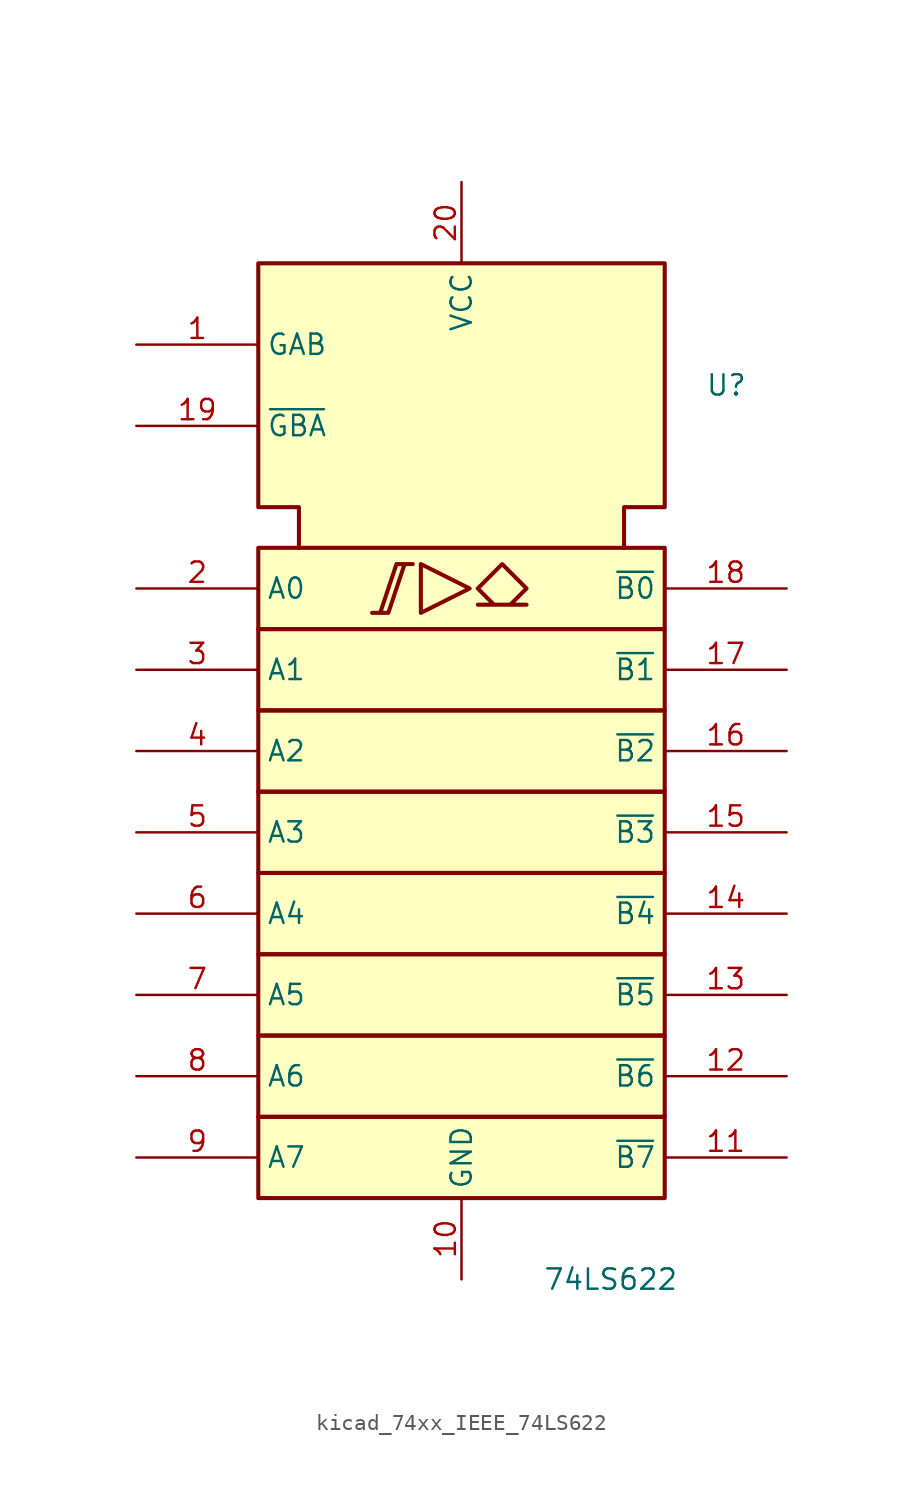
<source format=kicad_sym>
(kicad_symbol_lib
  (version 20220914)
  (generator kicad_symbol_editor)
  (symbol "kicad_74xx_IEEE_74LS622"
    (property "Reference" "U"
      (at 15.24 25.4 0)
      (effects (font (size 1.27 1.27)) (justify left)))
    (property "Value" "74LS622"
      (at 5.08 -30.48 0)
      (effects (font (size 1.27 1.27)) (justify left)))
    (symbol "kicad_74xx_IEEE_74LS622_0_0"
      (polyline (pts (xy -2.54 14.224) (xy -2.54 11.176) (xy 0.508 12.7) (xy -2.54 14.224) (xy -2.54 14.224)) (stroke (width 0.254) (type default)) (fill (type background)))
      (polyline (pts (xy -4.572 11.176) (xy -5.588 11.176) (xy -4.572 11.176) (xy -3.556 14.224) (xy -3.048 14.224) (xy -4.064 14.224) (xy -5.08 11.176) (xy -5.08 11.176)) (stroke (width 0.254) (type default)) (fill (type background)))
      (polyline (pts (xy 2.54 14.224) (xy 4.064 12.7) (xy 3.048 11.684) (xy 4.064 11.684) (xy 1.016 11.684) (xy 2.032 11.684) (xy 1.016 12.7) (xy 2.54 14.224) (xy 2.54 14.224)) (stroke (width 0.254) (type default)) (fill (type background)))
      (pin power_in line (at 0 -30.48 90) (length 5.08) (name "GND" (effects (font (size 1.27 1.27)))) (number "10" (effects (font (size 1.27 1.27)))))
      (pin power_in line (at 0 38.1 270) (length 5.08) (name "VCC" (effects (font (size 1.27 1.27)))) (number "20" (effects (font (size 1.27 1.27))))))
    (symbol "kicad_74xx_IEEE_74LS622_0_1"
      (rectangle (start -12.7 -20.32) (end 12.7 -25.4) (stroke (width 0.254) (type default)) (fill (type background)))
      (rectangle (start -12.7 -15.24) (end 12.7 -20.32) (stroke (width 0.254) (type default)) (fill (type background)))
      (rectangle (start -12.7 -10.16) (end 12.7 -15.24) (stroke (width 0.254) (type default)) (fill (type background)))
      (rectangle (start -12.7 -5.08) (end 12.7 -10.16) (stroke (width 0.254) (type default)) (fill (type background)))
      (rectangle (start -12.7 0) (end 12.7 -5.08) (stroke (width 0.254) (type default)) (fill (type background)))
      (rectangle (start -12.7 5.08) (end 12.7 0) (stroke (width 0.254) (type default)) (fill (type background)))
      (rectangle (start -12.7 10.16) (end 12.7 5.08) (stroke (width 0.254) (type default)) (fill (type background)))
      (rectangle (start -12.7 15.24) (end 12.7 10.16) (stroke (width 0.254) (type default)) (fill (type background)))
      (polyline (pts (xy -10.16 15.24) (xy -10.16 17.78) (xy -12.7 17.78) (xy -12.7 33.02) (xy 12.7 33.02) (xy 12.7 17.78) (xy 10.16 17.78) (xy 10.16 15.24) (xy 10.16 15.24)) (stroke (width 0.254) (type default)) (fill (type background))))
    (symbol "kicad_74xx_IEEE_74LS622_1_1"
      (pin input line (at -20.32 27.94 0) (length 7.62) (name "GAB" (effects (font (size 1.27 1.27)))) (number "1" (effects (font (size 1.27 1.27)))))
      (pin tri_state line (at 20.32 -22.86 180) (length 7.62) (name "~{B7}" (effects (font (size 1.27 1.27)))) (number "11" (effects (font (size 1.27 1.27)))))
      (pin tri_state line (at 20.32 -17.78 180) (length 7.62) (name "~{B6}" (effects (font (size 1.27 1.27)))) (number "12" (effects (font (size 1.27 1.27)))))
      (pin tri_state line (at 20.32 -12.7 180) (length 7.62) (name "~{B5}" (effects (font (size 1.27 1.27)))) (number "13" (effects (font (size 1.27 1.27)))))
      (pin tri_state line (at 20.32 -7.62 180) (length 7.62) (name "~{B4}" (effects (font (size 1.27 1.27)))) (number "14" (effects (font (size 1.27 1.27)))))
      (pin tri_state line (at 20.32 -2.54 180) (length 7.62) (name "~{B3}" (effects (font (size 1.27 1.27)))) (number "15" (effects (font (size 1.27 1.27)))))
      (pin tri_state line (at 20.32 2.54 180) (length 7.62) (name "~{B2}" (effects (font (size 1.27 1.27)))) (number "16" (effects (font (size 1.27 1.27)))))
      (pin tri_state line (at 20.32 7.62 180) (length 7.62) (name "~{B1}" (effects (font (size 1.27 1.27)))) (number "17" (effects (font (size 1.27 1.27)))))
      (pin tri_state line (at 20.32 12.7 180) (length 7.62) (name "~{B0}" (effects (font (size 1.27 1.27)))) (number "18" (effects (font (size 1.27 1.27)))))
      (pin input line (at -20.32 22.86 0) (length 7.62) (name "~{GBA}" (effects (font (size 1.27 1.27)))) (number "19" (effects (font (size 1.27 1.27)))))
      (pin tri_state line (at -20.32 12.7 0) (length 7.62) (name "A0" (effects (font (size 1.27 1.27)))) (number "2" (effects (font (size 1.27 1.27)))))
      (pin tri_state line (at -20.32 7.62 0) (length 7.62) (name "A1" (effects (font (size 1.27 1.27)))) (number "3" (effects (font (size 1.27 1.27)))))
      (pin tri_state line (at -20.32 2.54 0) (length 7.62) (name "A2" (effects (font (size 1.27 1.27)))) (number "4" (effects (font (size 1.27 1.27)))))
      (pin tri_state line (at -20.32 -2.54 0) (length 7.62) (name "A3" (effects (font (size 1.27 1.27)))) (number "5" (effects (font (size 1.27 1.27)))))
      (pin tri_state line (at -20.32 -7.62 0) (length 7.62) (name "A4" (effects (font (size 1.27 1.27)))) (number "6" (effects (font (size 1.27 1.27)))))
      (pin tri_state line (at -20.32 -12.7 0) (length 7.62) (name "A5" (effects (font (size 1.27 1.27)))) (number "7" (effects (font (size 1.27 1.27)))))
      (pin tri_state line (at -20.32 -17.78 0) (length 7.62) (name "A6" (effects (font (size 1.27 1.27)))) (number "8" (effects (font (size 1.27 1.27)))))
      (pin tri_state line (at -20.32 -22.86 0) (length 7.62) (name "A7" (effects (font (size 1.27 1.27)))) (number "9" (effects (font (size 1.27 1.27))))))))
</source>
